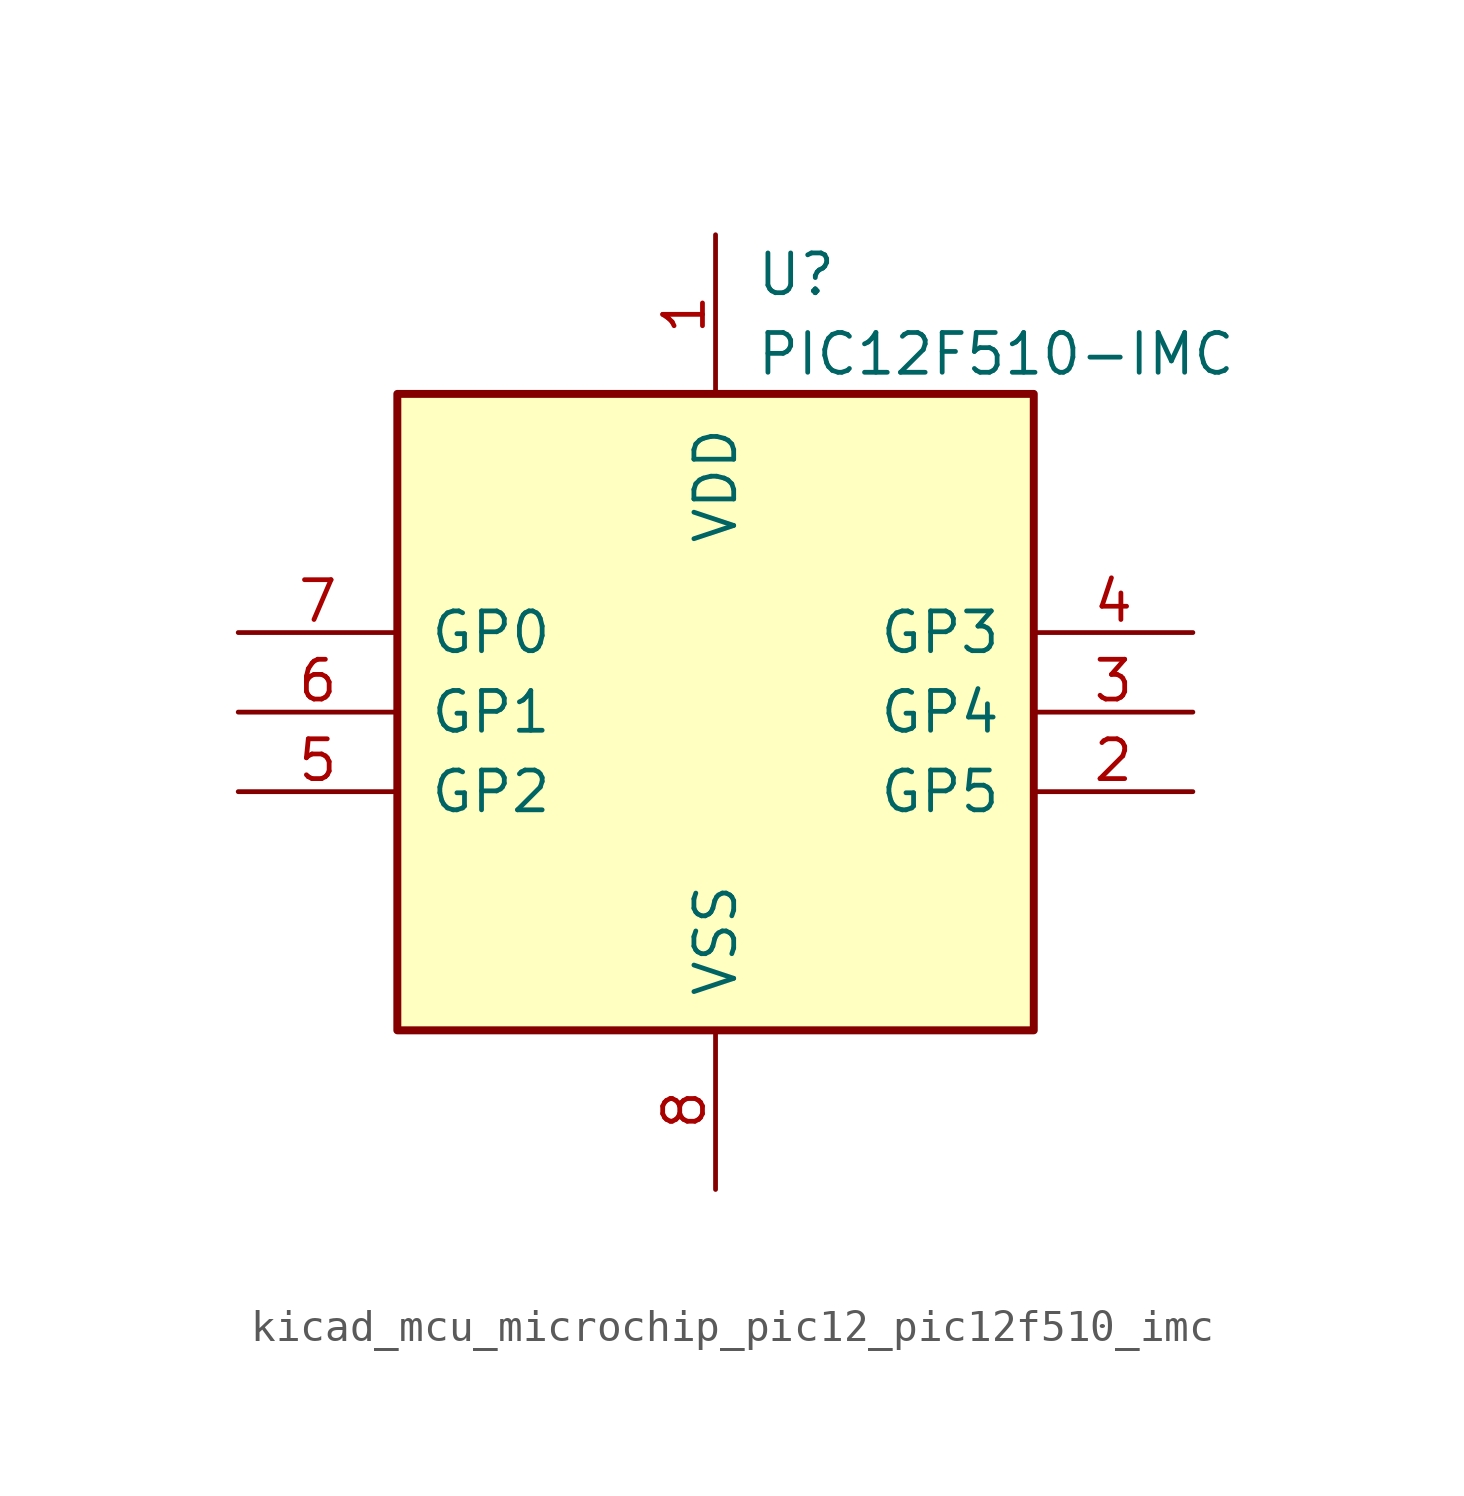
<source format=kicad_sym>
(kicad_symbol_lib
  (version 20220914)
  (generator kicad_symbol_editor)
  (symbol "kicad_mcu_microchip_pic12_pic12f510_imc"
    (pin_names
      (offset 1.016))
    (property "Reference" "U"
      (at 1.27 13.97 0)
      (effects (font (size 1.27 1.27)) (justify left)))
    (property "Value" "PIC12F510-IMC"
      (at 1.27 11.43 0)
      (effects (font (size 1.27 1.27)) (justify left)))
    (symbol "kicad_mcu_microchip_pic12_pic12f510_imc_0_1"
      (rectangle (start 10.16 -10.16) (end -10.16 10.16) (stroke (width 0.254) (type default)) (fill (type background))))
    (symbol "kicad_mcu_microchip_pic12_pic12f510_imc_1_1"
      (pin power_in line (at 0 15.24 270) (length 5.08) (name "VDD" (effects (font (size 1.27 1.27)))) (number "1" (effects (font (size 1.27 1.27)))))
      (pin bidirectional line (at 15.24 -2.54 180) (length 5.08) (name "GP5" (effects (font (size 1.27 1.27)))) (number "2" (effects (font (size 1.27 1.27)))))
      (pin bidirectional line (at 15.24 0 180) (length 5.08) (name "GP4" (effects (font (size 1.27 1.27)))) (number "3" (effects (font (size 1.27 1.27)))))
      (pin input line (at 15.24 2.54 180) (length 5.08) (name "GP3" (effects (font (size 1.27 1.27)))) (number "4" (effects (font (size 1.27 1.27)))))
      (pin bidirectional line (at -15.24 -2.54 0) (length 5.08) (name "GP2" (effects (font (size 1.27 1.27)))) (number "5" (effects (font (size 1.27 1.27)))))
      (pin bidirectional line (at -15.24 0 0) (length 5.08) (name "GP1" (effects (font (size 1.27 1.27)))) (number "6" (effects (font (size 1.27 1.27)))))
      (pin bidirectional line (at -15.24 2.54 0) (length 5.08) (name "GP0" (effects (font (size 1.27 1.27)))) (number "7" (effects (font (size 1.27 1.27)))))
      (pin power_in line (at 0 -15.24 90) (length 5.08) (name "VSS" (effects (font (size 1.27 1.27)))) (number "8" (effects (font (size 1.27 1.27))))))))
</source>
